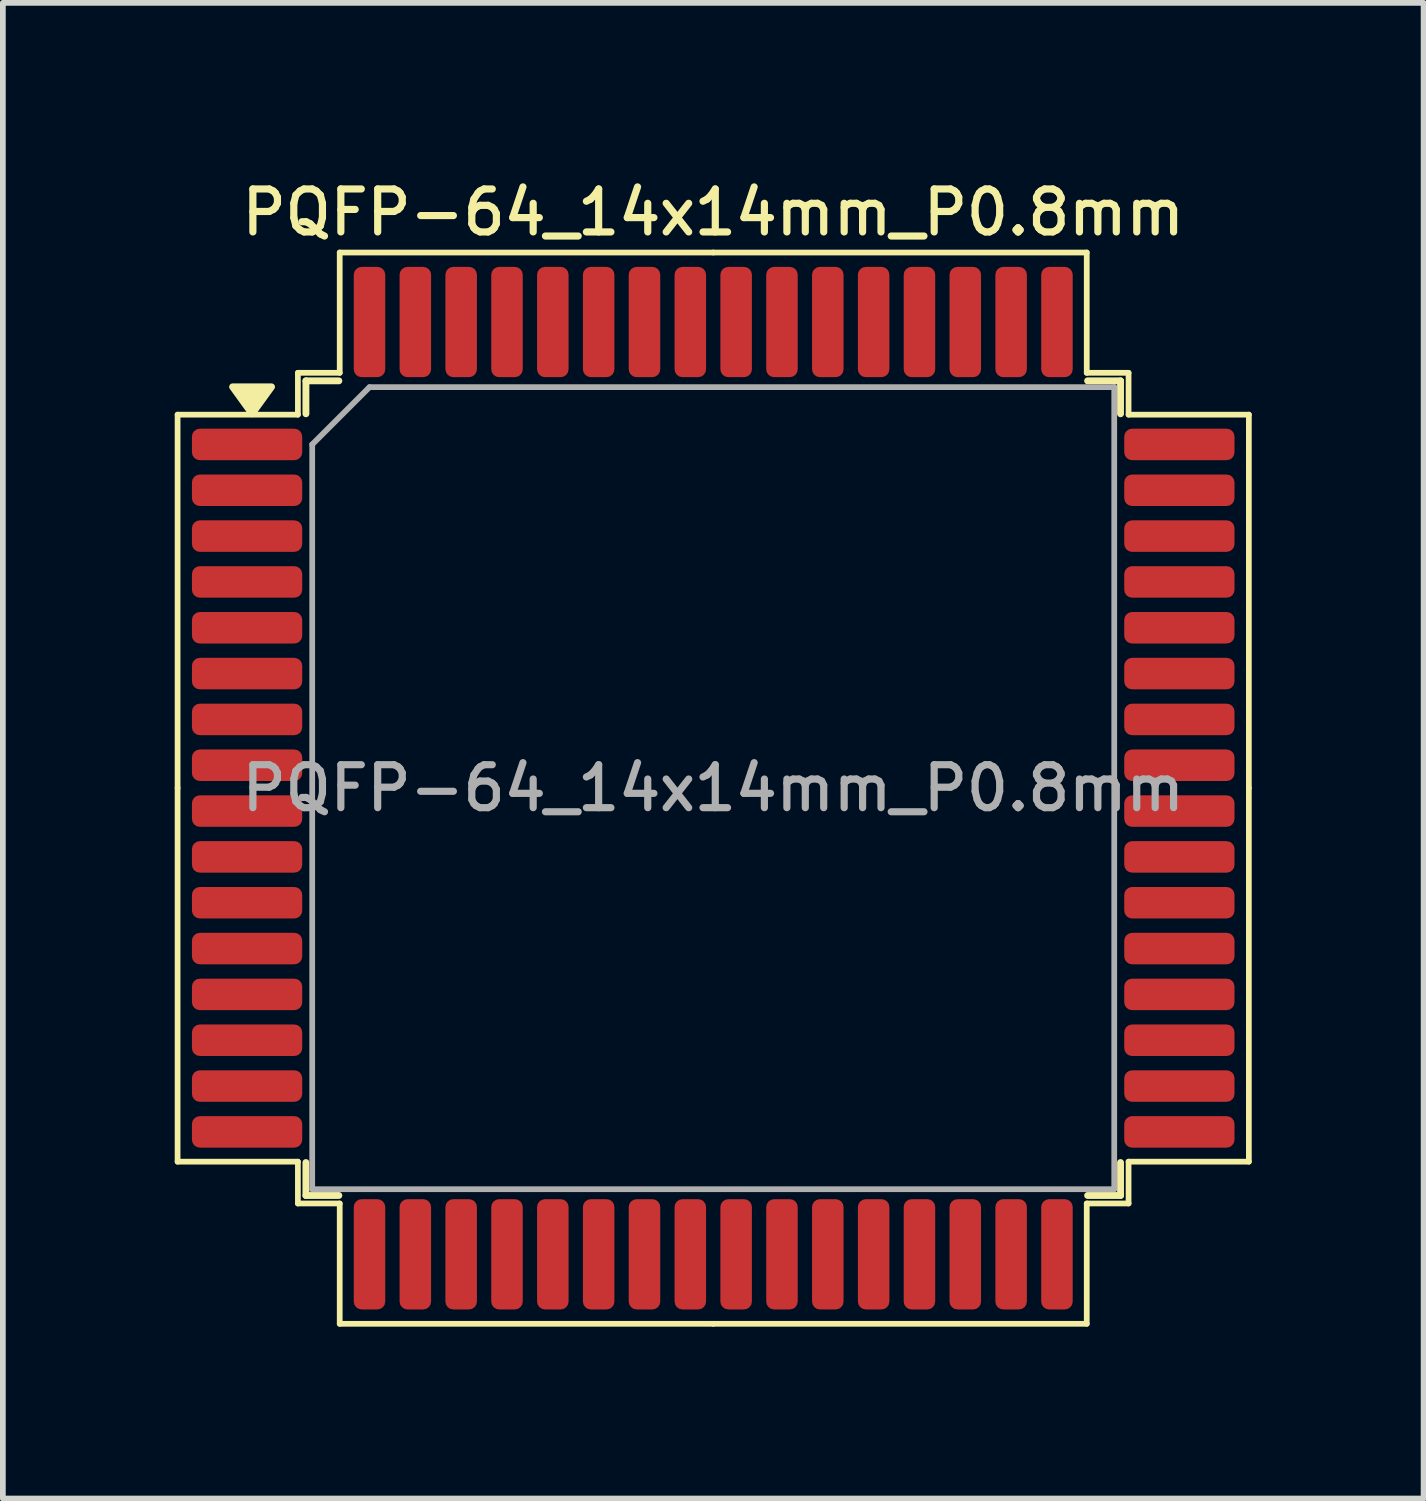
<source format=kicad_pcb>
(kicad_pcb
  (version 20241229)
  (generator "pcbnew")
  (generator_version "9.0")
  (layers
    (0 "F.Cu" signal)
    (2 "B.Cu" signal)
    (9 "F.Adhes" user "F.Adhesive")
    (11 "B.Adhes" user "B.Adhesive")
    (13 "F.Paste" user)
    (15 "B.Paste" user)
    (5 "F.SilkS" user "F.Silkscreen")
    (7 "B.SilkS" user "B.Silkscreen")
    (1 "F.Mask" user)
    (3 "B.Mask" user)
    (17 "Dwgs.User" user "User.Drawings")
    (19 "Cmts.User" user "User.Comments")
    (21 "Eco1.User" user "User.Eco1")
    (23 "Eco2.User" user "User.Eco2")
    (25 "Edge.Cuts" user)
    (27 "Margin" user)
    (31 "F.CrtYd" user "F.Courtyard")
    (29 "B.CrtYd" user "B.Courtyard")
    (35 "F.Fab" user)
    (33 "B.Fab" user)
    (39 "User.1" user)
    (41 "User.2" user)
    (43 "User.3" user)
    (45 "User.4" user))
  (footprint "PQFP-64_14x14mm_P0.8mm"
    (layer "F.Cu")
    (at 9.4 10.708)
    (property "Reference" "PQFP-64_14x14mm_P0.8mm" (at 0 -10.05 0) (layer "F.SilkS") (effects (font (size 0.75 0.75) (thickness 0.125))))
    (attr smd)
    (fp_line (start -9.35 -6.52) (end -9.35 0) (stroke (width 0.1) (type solid)) (layer "F.SilkS"))
    (fp_line (start -9.35 6.52) (end -9.35 0) (stroke (width 0.1) (type solid)) (layer "F.SilkS"))
    (fp_line (start -7.25 -7.25) (end -7.25 -6.52) (stroke (width 0.1) (type solid)) (layer "F.SilkS"))
    (fp_line (start -7.25 -6.52) (end -9.35 -6.52) (stroke (width 0.1) (type solid)) (layer "F.SilkS"))
    (fp_line (start -7.25 6.52) (end -9.35 6.52) (stroke (width 0.1) (type solid)) (layer "F.SilkS"))
    (fp_line (start -7.25 7.25) (end -7.25 6.52) (stroke (width 0.1) (type solid)) (layer "F.SilkS"))
    (fp_line (start -7.11 -7.11) (end -7.11 -6.535) (stroke (width 0.12) (type solid)) (layer "F.SilkS"))
    (fp_line (start -7.11 7.11) (end -7.11 6.535) (stroke (width 0.12) (type solid)) (layer "F.SilkS"))
    (fp_line (start -6.535 -7.11) (end -7.11 -7.11) (stroke (width 0.12) (type solid)) (layer "F.SilkS"))
    (fp_line (start -6.535 7.11) (end -7.11 7.11) (stroke (width 0.12) (type solid)) (layer "F.SilkS"))
    (fp_line (start -6.52 -9.35) (end -6.52 -7.25) (stroke (width 0.1) (type solid)) (layer "F.SilkS"))
    (fp_line (start -6.52 -7.25) (end -7.25 -7.25) (stroke (width 0.1) (type solid)) (layer "F.SilkS"))
    (fp_line (start -6.52 7.25) (end -7.25 7.25) (stroke (width 0.1) (type solid)) (layer "F.SilkS"))
    (fp_line (start -6.52 9.35) (end -6.52 7.25) (stroke (width 0.1) (type solid)) (layer "F.SilkS"))
    (fp_line (start 0 -9.35) (end -6.52 -9.35) (stroke (width 0.1) (type solid)) (layer "F.SilkS"))
    (fp_line (start 0 -9.35) (end 6.52 -9.35) (stroke (width 0.1) (type solid)) (layer "F.SilkS"))
    (fp_line (start 0 9.35) (end -6.52 9.35) (stroke (width 0.1) (type solid)) (layer "F.SilkS"))
    (fp_line (start 0 9.35) (end 6.52 9.35) (stroke (width 0.1) (type solid)) (layer "F.SilkS"))
    (fp_line (start 6.52 -9.35) (end 6.52 -7.25) (stroke (width 0.1) (type solid)) (layer "F.SilkS"))
    (fp_line (start 6.52 -7.25) (end 7.25 -7.25) (stroke (width 0.1) (type solid)) (layer "F.SilkS"))
    (fp_line (start 6.52 7.25) (end 7.25 7.25) (stroke (width 0.1) (type solid)) (layer "F.SilkS"))
    (fp_line (start 6.52 9.35) (end 6.52 7.25) (stroke (width 0.1) (type solid)) (layer "F.SilkS"))
    (fp_line (start 6.535 -7.11) (end 7.11 -7.11) (stroke (width 0.12) (type solid)) (layer "F.SilkS"))
    (fp_line (start 6.535 7.11) (end 7.11 7.11) (stroke (width 0.12) (type solid)) (layer "F.SilkS"))
    (fp_line (start 7.11 -7.11) (end 7.11 -6.535) (stroke (width 0.12) (type solid)) (layer "F.SilkS"))
    (fp_line (start 7.11 7.11) (end 7.11 6.535) (stroke (width 0.12) (type solid)) (layer "F.SilkS"))
    (fp_line (start 7.25 -7.25) (end 7.25 -6.52) (stroke (width 0.1) (type solid)) (layer "F.SilkS"))
    (fp_line (start 7.25 -6.52) (end 9.35 -6.52) (stroke (width 0.1) (type solid)) (layer "F.SilkS"))
    (fp_line (start 7.25 6.52) (end 9.35 6.52) (stroke (width 0.1) (type solid)) (layer "F.SilkS"))
    (fp_line (start 7.25 7.25) (end 7.25 6.52) (stroke (width 0.1) (type solid)) (layer "F.SilkS"))
    (fp_line (start 9.35 -6.52) (end 9.35 0) (stroke (width 0.1) (type solid)) (layer "F.SilkS"))
    (fp_line (start 9.35 6.52) (end 9.35 0) (stroke (width 0.1) (type solid)) (layer "F.SilkS"))
    (fp_poly (pts (xy -8.05 -6.535) (xy -8.39 -7.005) (xy -7.71 -7.005) (xy -8.05 -6.535)) (stroke (width 0.12) (type solid)) (fill yes) (layer "F.SilkS"))
    (fp_line (start -7 -6) (end -6 -7) (stroke (width 0.1) (type solid)) (layer "F.Fab"))
    (fp_line (start -7 7) (end -7 -6) (stroke (width 0.1) (type solid)) (layer "F.Fab"))
    (fp_line (start -6 -7) (end 7 -7) (stroke (width 0.1) (type solid)) (layer "F.Fab"))
    (fp_line (start 7 -7) (end 7 7) (stroke (width 0.1) (type solid)) (layer "F.Fab"))
    (fp_line (start 7 7) (end -7 7) (stroke (width 0.1) (type solid)) (layer "F.Fab"))
    (fp_text user "${REFERENCE}" (at 0 0 0) (layer "F.Fab") (effects (font (size 0.75 0.75) (thickness 0.125))))
    (pad "1" smd roundrect (at -8.137 -6) (size 1.925 0.55) (layers "F.Cu" "F.Mask" "F.Paste") (roundrect_rratio 0.25))
    (pad "2" smd roundrect (at -8.137 -5.2) (size 1.925 0.55) (layers "F.Cu" "F.Mask" "F.Paste") (roundrect_rratio 0.25))
    (pad "3" smd roundrect (at -8.137 -4.4) (size 1.925 0.55) (layers "F.Cu" "F.Mask" "F.Paste") (roundrect_rratio 0.25))
    (pad "4" smd roundrect (at -8.137 -3.6) (size 1.925 0.55) (layers "F.Cu" "F.Mask" "F.Paste") (roundrect_rratio 0.25))
    (pad "5" smd roundrect (at -8.137 -2.8) (size 1.925 0.55) (layers "F.Cu" "F.Mask" "F.Paste") (roundrect_rratio 0.25))
    (pad "6" smd roundrect (at -8.137 -2) (size 1.925 0.55) (layers "F.Cu" "F.Mask" "F.Paste") (roundrect_rratio 0.25))
    (pad "7" smd roundrect (at -8.137 -1.2) (size 1.925 0.55) (layers "F.Cu" "F.Mask" "F.Paste") (roundrect_rratio 0.25))
    (pad "8" smd roundrect (at -8.137 -0.4) (size 1.925 0.55) (layers "F.Cu" "F.Mask" "F.Paste") (roundrect_rratio 0.25))
    (pad "9" smd roundrect (at -8.137 0.4) (size 1.925 0.55) (layers "F.Cu" "F.Mask" "F.Paste") (roundrect_rratio 0.25))
    (pad "10" smd roundrect (at -8.137 1.2) (size 1.925 0.55) (layers "F.Cu" "F.Mask" "F.Paste") (roundrect_rratio 0.25))
    (pad "11" smd roundrect (at -8.137 2) (size 1.925 0.55) (layers "F.Cu" "F.Mask" "F.Paste") (roundrect_rratio 0.25))
    (pad "12" smd roundrect (at -8.137 2.8) (size 1.925 0.55) (layers "F.Cu" "F.Mask" "F.Paste") (roundrect_rratio 0.25))
    (pad "13" smd roundrect (at -8.137 3.6) (size 1.925 0.55) (layers "F.Cu" "F.Mask" "F.Paste") (roundrect_rratio 0.25))
    (pad "14" smd roundrect (at -8.137 4.4) (size 1.925 0.55) (layers "F.Cu" "F.Mask" "F.Paste") (roundrect_rratio 0.25))
    (pad "15" smd roundrect (at -8.137 5.2) (size 1.925 0.55) (layers "F.Cu" "F.Mask" "F.Paste") (roundrect_rratio 0.25))
    (pad "16" smd roundrect (at -8.137 6) (size 1.925 0.55) (layers "F.Cu" "F.Mask" "F.Paste") (roundrect_rratio 0.25))
    (pad "17" smd roundrect (at -6 8.137) (size 0.55 1.925) (layers "F.Cu" "F.Mask" "F.Paste") (roundrect_rratio 0.25))
    (pad "18" smd roundrect (at -5.2 8.137) (size 0.55 1.925) (layers "F.Cu" "F.Mask" "F.Paste") (roundrect_rratio 0.25))
    (pad "19" smd roundrect (at -4.4 8.137) (size 0.55 1.925) (layers "F.Cu" "F.Mask" "F.Paste") (roundrect_rratio 0.25))
    (pad "20" smd roundrect (at -3.6 8.137) (size 0.55 1.925) (layers "F.Cu" "F.Mask" "F.Paste") (roundrect_rratio 0.25))
    (pad "21" smd roundrect (at -2.8 8.137) (size 0.55 1.925) (layers "F.Cu" "F.Mask" "F.Paste") (roundrect_rratio 0.25))
    (pad "22" smd roundrect (at -2 8.137) (size 0.55 1.925) (layers "F.Cu" "F.Mask" "F.Paste") (roundrect_rratio 0.25))
    (pad "23" smd roundrect (at -1.2 8.137) (size 0.55 1.925) (layers "F.Cu" "F.Mask" "F.Paste") (roundrect_rratio 0.25))
    (pad "24" smd roundrect (at -0.4 8.137) (size 0.55 1.925) (layers "F.Cu" "F.Mask" "F.Paste") (roundrect_rratio 0.25))
    (pad "25" smd roundrect (at 0.4 8.137) (size 0.55 1.925) (layers "F.Cu" "F.Mask" "F.Paste") (roundrect_rratio 0.25))
    (pad "26" smd roundrect (at 1.2 8.137) (size 0.55 1.925) (layers "F.Cu" "F.Mask" "F.Paste") (roundrect_rratio 0.25))
    (pad "27" smd roundrect (at 2 8.137) (size 0.55 1.925) (layers "F.Cu" "F.Mask" "F.Paste") (roundrect_rratio 0.25))
    (pad "28" smd roundrect (at 2.8 8.137) (size 0.55 1.925) (layers "F.Cu" "F.Mask" "F.Paste") (roundrect_rratio 0.25))
    (pad "29" smd roundrect (at 3.6 8.137) (size 0.55 1.925) (layers "F.Cu" "F.Mask" "F.Paste") (roundrect_rratio 0.25))
    (pad "30" smd roundrect (at 4.4 8.137) (size 0.55 1.925) (layers "F.Cu" "F.Mask" "F.Paste") (roundrect_rratio 0.25))
    (pad "31" smd roundrect (at 5.2 8.137) (size 0.55 1.925) (layers "F.Cu" "F.Mask" "F.Paste") (roundrect_rratio 0.25))
    (pad "32" smd roundrect (at 6 8.137) (size 0.55 1.925) (layers "F.Cu" "F.Mask" "F.Paste") (roundrect_rratio 0.25))
    (pad "33" smd roundrect (at 8.137 6) (size 1.925 0.55) (layers "F.Cu" "F.Mask" "F.Paste") (roundrect_rratio 0.25))
    (pad "34" smd roundrect (at 8.137 5.2) (size 1.925 0.55) (layers "F.Cu" "F.Mask" "F.Paste") (roundrect_rratio 0.25))
    (pad "35" smd roundrect (at 8.137 4.4) (size 1.925 0.55) (layers "F.Cu" "F.Mask" "F.Paste") (roundrect_rratio 0.25))
    (pad "36" smd roundrect (at 8.137 3.6) (size 1.925 0.55) (layers "F.Cu" "F.Mask" "F.Paste") (roundrect_rratio 0.25))
    (pad "37" smd roundrect (at 8.137 2.8) (size 1.925 0.55) (layers "F.Cu" "F.Mask" "F.Paste") (roundrect_rratio 0.25))
    (pad "38" smd roundrect (at 8.137 2) (size 1.925 0.55) (layers "F.Cu" "F.Mask" "F.Paste") (roundrect_rratio 0.25))
    (pad "39" smd roundrect (at 8.137 1.2) (size 1.925 0.55) (layers "F.Cu" "F.Mask" "F.Paste") (roundrect_rratio 0.25))
    (pad "40" smd roundrect (at 8.137 0.4) (size 1.925 0.55) (layers "F.Cu" "F.Mask" "F.Paste") (roundrect_rratio 0.25))
    (pad "41" smd roundrect (at 8.137 -0.4) (size 1.925 0.55) (layers "F.Cu" "F.Mask" "F.Paste") (roundrect_rratio 0.25))
    (pad "42" smd roundrect (at 8.137 -1.2) (size 1.925 0.55) (layers "F.Cu" "F.Mask" "F.Paste") (roundrect_rratio 0.25))
    (pad "43" smd roundrect (at 8.137 -2) (size 1.925 0.55) (layers "F.Cu" "F.Mask" "F.Paste") (roundrect_rratio 0.25))
    (pad "44" smd roundrect (at 8.137 -2.8) (size 1.925 0.55) (layers "F.Cu" "F.Mask" "F.Paste") (roundrect_rratio 0.25))
    (pad "45" smd roundrect (at 8.137 -3.6) (size 1.925 0.55) (layers "F.Cu" "F.Mask" "F.Paste") (roundrect_rratio 0.25))
    (pad "46" smd roundrect (at 8.137 -4.4) (size 1.925 0.55) (layers "F.Cu" "F.Mask" "F.Paste") (roundrect_rratio 0.25))
    (pad "47" smd roundrect (at 8.137 -5.2) (size 1.925 0.55) (layers "F.Cu" "F.Mask" "F.Paste") (roundrect_rratio 0.25))
    (pad "48" smd roundrect (at 8.137 -6) (size 1.925 0.55) (layers "F.Cu" "F.Mask" "F.Paste") (roundrect_rratio 0.25))
    (pad "49" smd roundrect (at 6 -8.137) (size 0.55 1.925) (layers "F.Cu" "F.Mask" "F.Paste") (roundrect_rratio 0.25))
    (pad "50" smd roundrect (at 5.2 -8.137) (size 0.55 1.925) (layers "F.Cu" "F.Mask" "F.Paste") (roundrect_rratio 0.25))
    (pad "51" smd roundrect (at 4.4 -8.137) (size 0.55 1.925) (layers "F.Cu" "F.Mask" "F.Paste") (roundrect_rratio 0.25))
    (pad "52" smd roundrect (at 3.6 -8.137) (size 0.55 1.925) (layers "F.Cu" "F.Mask" "F.Paste") (roundrect_rratio 0.25))
    (pad "53" smd roundrect (at 2.8 -8.137) (size 0.55 1.925) (layers "F.Cu" "F.Mask" "F.Paste") (roundrect_rratio 0.25))
    (pad "54" smd roundrect (at 2 -8.137) (size 0.55 1.925) (layers "F.Cu" "F.Mask" "F.Paste") (roundrect_rratio 0.25))
    (pad "55" smd roundrect (at 1.2 -8.137) (size 0.55 1.925) (layers "F.Cu" "F.Mask" "F.Paste") (roundrect_rratio 0.25))
    (pad "56" smd roundrect (at 0.4 -8.137) (size 0.55 1.925) (layers "F.Cu" "F.Mask" "F.Paste") (roundrect_rratio 0.25))
    (pad "57" smd roundrect (at -0.4 -8.137) (size 0.55 1.925) (layers "F.Cu" "F.Mask" "F.Paste") (roundrect_rratio 0.25))
    (pad "58" smd roundrect (at -1.2 -8.137) (size 0.55 1.925) (layers "F.Cu" "F.Mask" "F.Paste") (roundrect_rratio 0.25))
    (pad "59" smd roundrect (at -2 -8.137) (size 0.55 1.925) (layers "F.Cu" "F.Mask" "F.Paste") (roundrect_rratio 0.25))
    (pad "60" smd roundrect (at -2.8 -8.137) (size 0.55 1.925) (layers "F.Cu" "F.Mask" "F.Paste") (roundrect_rratio 0.25))
    (pad "61" smd roundrect (at -3.6 -8.137) (size 0.55 1.925) (layers "F.Cu" "F.Mask" "F.Paste") (roundrect_rratio 0.25))
    (pad "62" smd roundrect (at -4.4 -8.137) (size 0.55 1.925) (layers "F.Cu" "F.Mask" "F.Paste") (roundrect_rratio 0.25))
    (pad "63" smd roundrect (at -5.2 -8.137) (size 0.55 1.925) (layers "F.Cu" "F.Mask" "F.Paste") (roundrect_rratio 0.25))
    (pad "64" smd roundrect (at -6 -8.137) (size 0.55 1.925) (layers "F.Cu" "F.Mask" "F.Paste") (roundrect_rratio 0.25)))
  (gr_rect
    (start -3 -3)
    (end 21.8 23.108)
    (stroke (width 0.1) (type default))
    (fill no)
    (layer "Edge.Cuts")))
</source>
